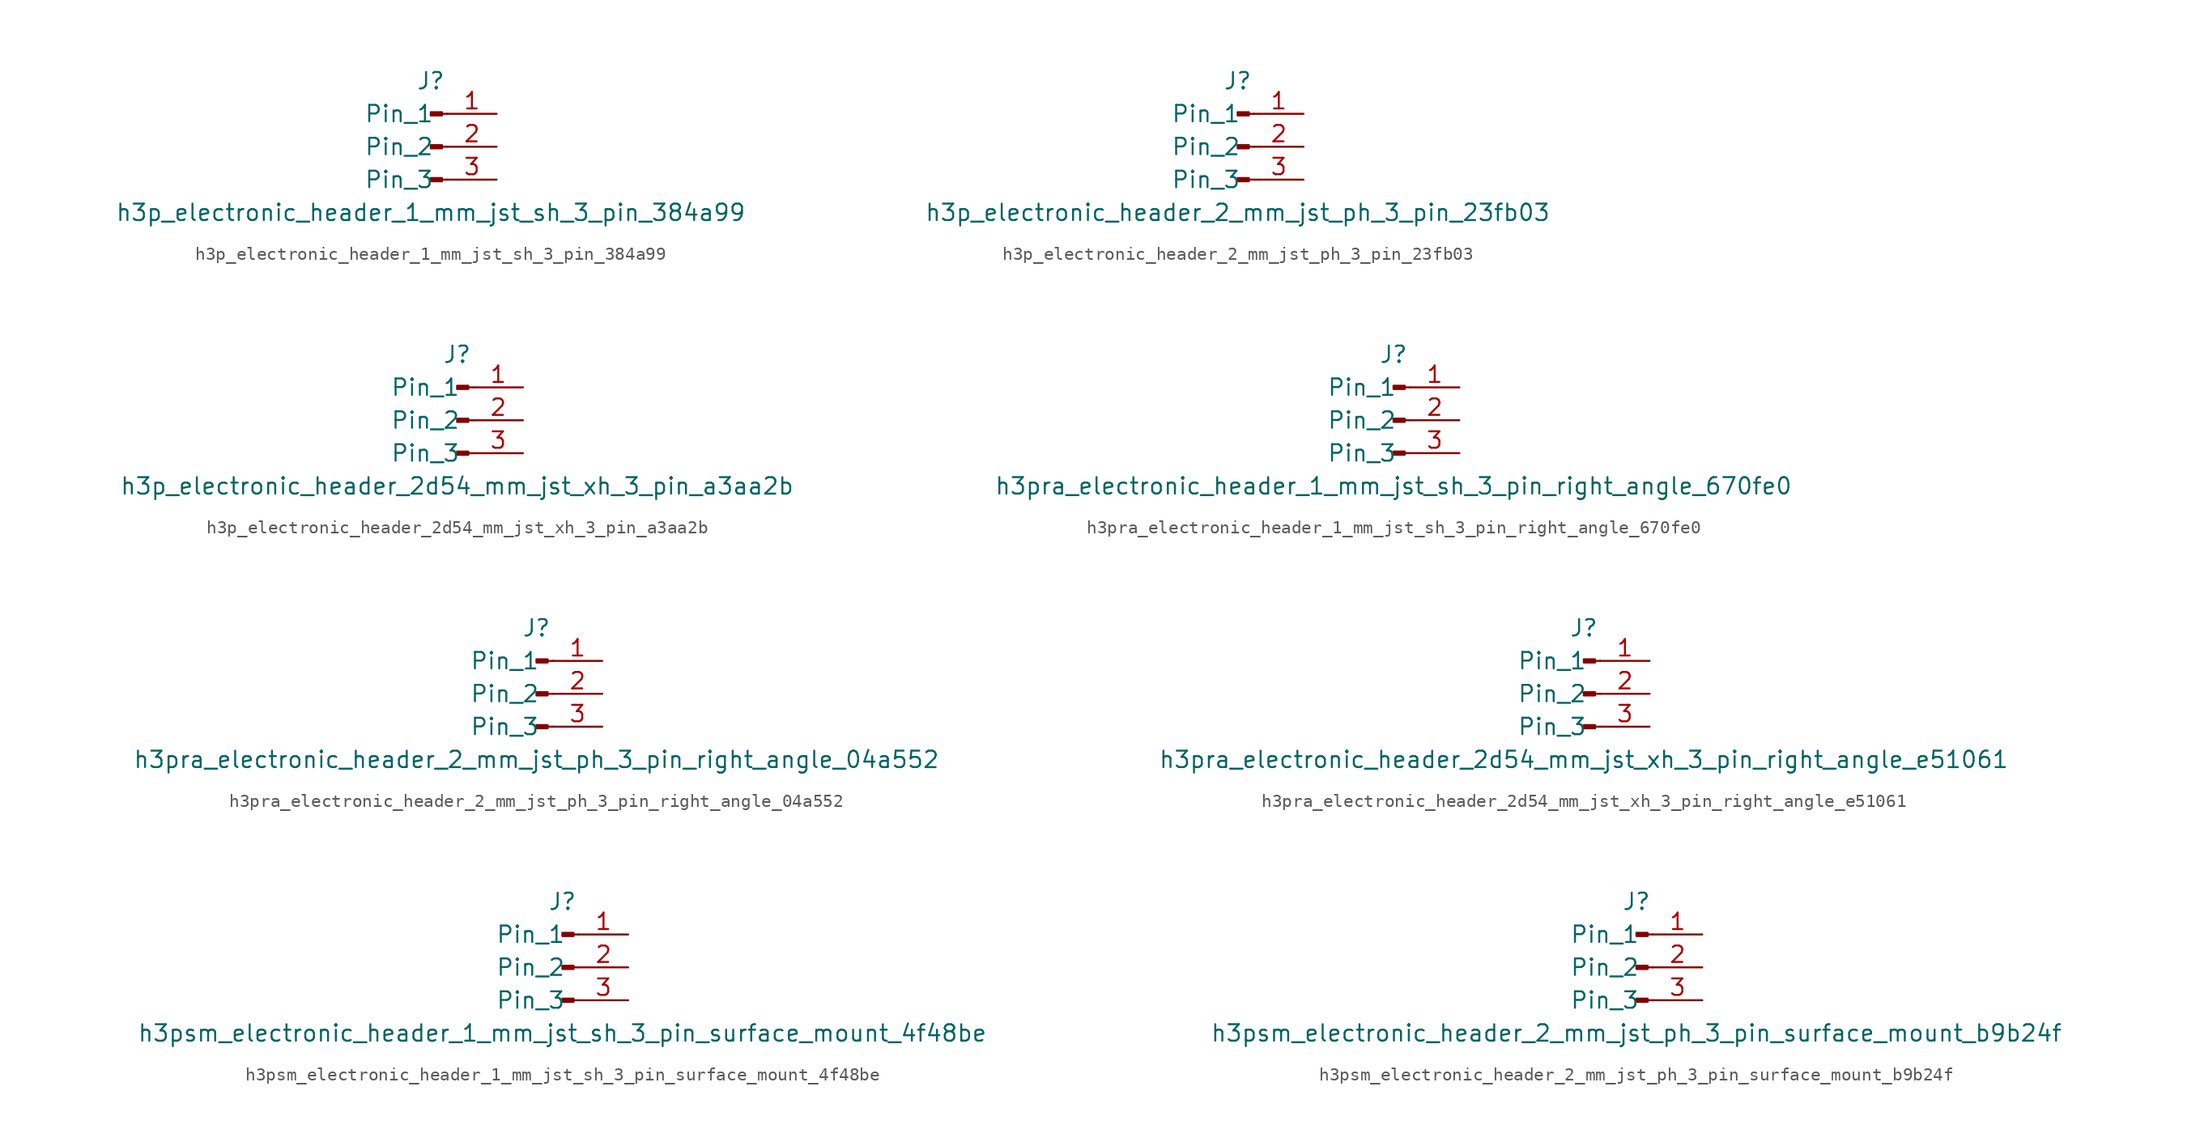
<source format=kicad_sym>
(kicad_symbol_lib
  (version 20220914)
  (generator kicad_symbol_editor)
  (symbol "h3p_electronic_header_1_mm_jst_sh_3_pin_384a99"
    (pin_names
      (offset 1.016))
    (property "Reference" "J"
      (at 0 5.08 0)
      (effects (font (size 1.27 1.27))))
    (property "Value" "h3p_electronic_header_1_mm_jst_sh_3_pin_384a99"
      (at 0 -5.08 0)
      (effects (font (size 1.27 1.27))))
    (property "ki_locked" ""
      (at 0 0 0)
      (effects (font (size 1.27 1.27))))
    (symbol "h3p_electronic_header_1_mm_jst_sh_3_pin_384a99_1_1"
      (polyline (pts (xy 1.27 -2.54) (xy 0.864 -2.54)) (stroke (width 0.152) (type default)) (fill (type none)))
      (polyline (pts (xy 1.27 0) (xy 0.864 0)) (stroke (width 0.152) (type default)) (fill (type none)))
      (polyline (pts (xy 1.27 2.54) (xy 0.864 2.54)) (stroke (width 0.152) (type default)) (fill (type none)))
      (rectangle (start 0.864 -2.413) (end 0 -2.667) (stroke (width 0.152) (type default)) (fill (type outline)))
      (rectangle (start 0.864 0.127) (end 0 -0.127) (stroke (width 0.152) (type default)) (fill (type outline)))
      (rectangle (start 0.864 2.667) (end 0 2.413) (stroke (width 0.152) (type default)) (fill (type outline)))
      (pin passive line (at 5.08 2.54 180) (length 3.81) (name "Pin_1" (effects (font (size 1.27 1.27)))) (number "1" (effects (font (size 1.27 1.27)))))
      (pin passive line (at 5.08 0 180) (length 3.81) (name "Pin_2" (effects (font (size 1.27 1.27)))) (number "2" (effects (font (size 1.27 1.27)))))
      (pin passive line (at 5.08 -2.54 180) (length 3.81) (name "Pin_3" (effects (font (size 1.27 1.27)))) (number "3" (effects (font (size 1.27 1.27)))))))
  (symbol "h3p_electronic_header_2_mm_jst_ph_3_pin_23fb03"
    (pin_names
      (offset 1.016))
    (property "Reference" "J"
      (at 0 5.08 0)
      (effects (font (size 1.27 1.27))))
    (property "Value" "h3p_electronic_header_2_mm_jst_ph_3_pin_23fb03"
      (at 0 -5.08 0)
      (effects (font (size 1.27 1.27))))
    (property "ki_locked" ""
      (at 0 0 0)
      (effects (font (size 1.27 1.27))))
    (symbol "h3p_electronic_header_2_mm_jst_ph_3_pin_23fb03_1_1"
      (polyline (pts (xy 1.27 -2.54) (xy 0.864 -2.54)) (stroke (width 0.152) (type default)) (fill (type none)))
      (polyline (pts (xy 1.27 0) (xy 0.864 0)) (stroke (width 0.152) (type default)) (fill (type none)))
      (polyline (pts (xy 1.27 2.54) (xy 0.864 2.54)) (stroke (width 0.152) (type default)) (fill (type none)))
      (rectangle (start 0.864 -2.413) (end 0 -2.667) (stroke (width 0.152) (type default)) (fill (type outline)))
      (rectangle (start 0.864 0.127) (end 0 -0.127) (stroke (width 0.152) (type default)) (fill (type outline)))
      (rectangle (start 0.864 2.667) (end 0 2.413) (stroke (width 0.152) (type default)) (fill (type outline)))
      (pin passive line (at 5.08 2.54 180) (length 3.81) (name "Pin_1" (effects (font (size 1.27 1.27)))) (number "1" (effects (font (size 1.27 1.27)))))
      (pin passive line (at 5.08 0 180) (length 3.81) (name "Pin_2" (effects (font (size 1.27 1.27)))) (number "2" (effects (font (size 1.27 1.27)))))
      (pin passive line (at 5.08 -2.54 180) (length 3.81) (name "Pin_3" (effects (font (size 1.27 1.27)))) (number "3" (effects (font (size 1.27 1.27)))))))
  (symbol "h3p_electronic_header_2d54_mm_jst_xh_3_pin_a3aa2b"
    (pin_names
      (offset 1.016))
    (property "Reference" "J"
      (at 0 5.08 0)
      (effects (font (size 1.27 1.27))))
    (property "Value" "h3p_electronic_header_2d54_mm_jst_xh_3_pin_a3aa2b"
      (at 0 -5.08 0)
      (effects (font (size 1.27 1.27))))
    (property "ki_locked" ""
      (at 0 0 0)
      (effects (font (size 1.27 1.27))))
    (symbol "h3p_electronic_header_2d54_mm_jst_xh_3_pin_a3aa2b_1_1"
      (polyline (pts (xy 1.27 -2.54) (xy 0.864 -2.54)) (stroke (width 0.152) (type default)) (fill (type none)))
      (polyline (pts (xy 1.27 0) (xy 0.864 0)) (stroke (width 0.152) (type default)) (fill (type none)))
      (polyline (pts (xy 1.27 2.54) (xy 0.864 2.54)) (stroke (width 0.152) (type default)) (fill (type none)))
      (rectangle (start 0.864 -2.413) (end 0 -2.667) (stroke (width 0.152) (type default)) (fill (type outline)))
      (rectangle (start 0.864 0.127) (end 0 -0.127) (stroke (width 0.152) (type default)) (fill (type outline)))
      (rectangle (start 0.864 2.667) (end 0 2.413) (stroke (width 0.152) (type default)) (fill (type outline)))
      (pin passive line (at 5.08 2.54 180) (length 3.81) (name "Pin_1" (effects (font (size 1.27 1.27)))) (number "1" (effects (font (size 1.27 1.27)))))
      (pin passive line (at 5.08 0 180) (length 3.81) (name "Pin_2" (effects (font (size 1.27 1.27)))) (number "2" (effects (font (size 1.27 1.27)))))
      (pin passive line (at 5.08 -2.54 180) (length 3.81) (name "Pin_3" (effects (font (size 1.27 1.27)))) (number "3" (effects (font (size 1.27 1.27)))))))
  (symbol "h3pra_electronic_header_1_mm_jst_sh_3_pin_right_angle_670fe0"
    (pin_names
      (offset 1.016))
    (property "Reference" "J"
      (at 0 5.08 0)
      (effects (font (size 1.27 1.27))))
    (property "Value" "h3pra_electronic_header_1_mm_jst_sh_3_pin_right_angle_670fe0"
      (at 0 -5.08 0)
      (effects (font (size 1.27 1.27))))
    (property "ki_locked" ""
      (at 0 0 0)
      (effects (font (size 1.27 1.27))))
    (symbol "h3pra_electronic_header_1_mm_jst_sh_3_pin_right_angle_670fe0_1_1"
      (polyline (pts (xy 1.27 -2.54) (xy 0.864 -2.54)) (stroke (width 0.152) (type default)) (fill (type none)))
      (polyline (pts (xy 1.27 0) (xy 0.864 0)) (stroke (width 0.152) (type default)) (fill (type none)))
      (polyline (pts (xy 1.27 2.54) (xy 0.864 2.54)) (stroke (width 0.152) (type default)) (fill (type none)))
      (rectangle (start 0.864 -2.413) (end 0 -2.667) (stroke (width 0.152) (type default)) (fill (type outline)))
      (rectangle (start 0.864 0.127) (end 0 -0.127) (stroke (width 0.152) (type default)) (fill (type outline)))
      (rectangle (start 0.864 2.667) (end 0 2.413) (stroke (width 0.152) (type default)) (fill (type outline)))
      (pin passive line (at 5.08 2.54 180) (length 3.81) (name "Pin_1" (effects (font (size 1.27 1.27)))) (number "1" (effects (font (size 1.27 1.27)))))
      (pin passive line (at 5.08 0 180) (length 3.81) (name "Pin_2" (effects (font (size 1.27 1.27)))) (number "2" (effects (font (size 1.27 1.27)))))
      (pin passive line (at 5.08 -2.54 180) (length 3.81) (name "Pin_3" (effects (font (size 1.27 1.27)))) (number "3" (effects (font (size 1.27 1.27)))))))
  (symbol "h3pra_electronic_header_2_mm_jst_ph_3_pin_right_angle_04a552"
    (pin_names
      (offset 1.016))
    (property "Reference" "J"
      (at 0 5.08 0)
      (effects (font (size 1.27 1.27))))
    (property "Value" "h3pra_electronic_header_2_mm_jst_ph_3_pin_right_angle_04a552"
      (at 0 -5.08 0)
      (effects (font (size 1.27 1.27))))
    (property "ki_locked" ""
      (at 0 0 0)
      (effects (font (size 1.27 1.27))))
    (symbol "h3pra_electronic_header_2_mm_jst_ph_3_pin_right_angle_04a552_1_1"
      (polyline (pts (xy 1.27 -2.54) (xy 0.864 -2.54)) (stroke (width 0.152) (type default)) (fill (type none)))
      (polyline (pts (xy 1.27 0) (xy 0.864 0)) (stroke (width 0.152) (type default)) (fill (type none)))
      (polyline (pts (xy 1.27 2.54) (xy 0.864 2.54)) (stroke (width 0.152) (type default)) (fill (type none)))
      (rectangle (start 0.864 -2.413) (end 0 -2.667) (stroke (width 0.152) (type default)) (fill (type outline)))
      (rectangle (start 0.864 0.127) (end 0 -0.127) (stroke (width 0.152) (type default)) (fill (type outline)))
      (rectangle (start 0.864 2.667) (end 0 2.413) (stroke (width 0.152) (type default)) (fill (type outline)))
      (pin passive line (at 5.08 2.54 180) (length 3.81) (name "Pin_1" (effects (font (size 1.27 1.27)))) (number "1" (effects (font (size 1.27 1.27)))))
      (pin passive line (at 5.08 0 180) (length 3.81) (name "Pin_2" (effects (font (size 1.27 1.27)))) (number "2" (effects (font (size 1.27 1.27)))))
      (pin passive line (at 5.08 -2.54 180) (length 3.81) (name "Pin_3" (effects (font (size 1.27 1.27)))) (number "3" (effects (font (size 1.27 1.27)))))))
  (symbol "h3pra_electronic_header_2d54_mm_jst_xh_3_pin_right_angle_e51061"
    (pin_names
      (offset 1.016))
    (property "Reference" "J"
      (at 0 5.08 0)
      (effects (font (size 1.27 1.27))))
    (property "Value" "h3pra_electronic_header_2d54_mm_jst_xh_3_pin_right_angle_e51061"
      (at 0 -5.08 0)
      (effects (font (size 1.27 1.27))))
    (property "ki_locked" ""
      (at 0 0 0)
      (effects (font (size 1.27 1.27))))
    (symbol "h3pra_electronic_header_2d54_mm_jst_xh_3_pin_right_angle_e51061_1_1"
      (polyline (pts (xy 1.27 -2.54) (xy 0.864 -2.54)) (stroke (width 0.152) (type default)) (fill (type none)))
      (polyline (pts (xy 1.27 0) (xy 0.864 0)) (stroke (width 0.152) (type default)) (fill (type none)))
      (polyline (pts (xy 1.27 2.54) (xy 0.864 2.54)) (stroke (width 0.152) (type default)) (fill (type none)))
      (rectangle (start 0.864 -2.413) (end 0 -2.667) (stroke (width 0.152) (type default)) (fill (type outline)))
      (rectangle (start 0.864 0.127) (end 0 -0.127) (stroke (width 0.152) (type default)) (fill (type outline)))
      (rectangle (start 0.864 2.667) (end 0 2.413) (stroke (width 0.152) (type default)) (fill (type outline)))
      (pin passive line (at 5.08 2.54 180) (length 3.81) (name "Pin_1" (effects (font (size 1.27 1.27)))) (number "1" (effects (font (size 1.27 1.27)))))
      (pin passive line (at 5.08 0 180) (length 3.81) (name "Pin_2" (effects (font (size 1.27 1.27)))) (number "2" (effects (font (size 1.27 1.27)))))
      (pin passive line (at 5.08 -2.54 180) (length 3.81) (name "Pin_3" (effects (font (size 1.27 1.27)))) (number "3" (effects (font (size 1.27 1.27)))))))
  (symbol "h3psm_electronic_header_1_mm_jst_sh_3_pin_surface_mount_4f48be"
    (pin_names
      (offset 1.016))
    (property "Reference" "J"
      (at 0 5.08 0)
      (effects (font (size 1.27 1.27))))
    (property "Value" "h3psm_electronic_header_1_mm_jst_sh_3_pin_surface_mount_4f48be"
      (at 0 -5.08 0)
      (effects (font (size 1.27 1.27))))
    (property "ki_locked" ""
      (at 0 0 0)
      (effects (font (size 1.27 1.27))))
    (symbol "h3psm_electronic_header_1_mm_jst_sh_3_pin_surface_mount_4f48be_1_1"
      (polyline (pts (xy 1.27 -2.54) (xy 0.864 -2.54)) (stroke (width 0.152) (type default)) (fill (type none)))
      (polyline (pts (xy 1.27 0) (xy 0.864 0)) (stroke (width 0.152) (type default)) (fill (type none)))
      (polyline (pts (xy 1.27 2.54) (xy 0.864 2.54)) (stroke (width 0.152) (type default)) (fill (type none)))
      (rectangle (start 0.864 -2.413) (end 0 -2.667) (stroke (width 0.152) (type default)) (fill (type outline)))
      (rectangle (start 0.864 0.127) (end 0 -0.127) (stroke (width 0.152) (type default)) (fill (type outline)))
      (rectangle (start 0.864 2.667) (end 0 2.413) (stroke (width 0.152) (type default)) (fill (type outline)))
      (pin passive line (at 5.08 2.54 180) (length 3.81) (name "Pin_1" (effects (font (size 1.27 1.27)))) (number "1" (effects (font (size 1.27 1.27)))))
      (pin passive line (at 5.08 0 180) (length 3.81) (name "Pin_2" (effects (font (size 1.27 1.27)))) (number "2" (effects (font (size 1.27 1.27)))))
      (pin passive line (at 5.08 -2.54 180) (length 3.81) (name "Pin_3" (effects (font (size 1.27 1.27)))) (number "3" (effects (font (size 1.27 1.27)))))))
  (symbol "h3psm_electronic_header_2_mm_jst_ph_3_pin_surface_mount_b9b24f"
    (pin_names
      (offset 1.016))
    (property "Reference" "J"
      (at 0 5.08 0)
      (effects (font (size 1.27 1.27))))
    (property "Value" "h3psm_electronic_header_2_mm_jst_ph_3_pin_surface_mount_b9b24f"
      (at 0 -5.08 0)
      (effects (font (size 1.27 1.27))))
    (property "ki_locked" ""
      (at 0 0 0)
      (effects (font (size 1.27 1.27))))
    (symbol "h3psm_electronic_header_2_mm_jst_ph_3_pin_surface_mount_b9b24f_1_1"
      (polyline (pts (xy 1.27 -2.54) (xy 0.864 -2.54)) (stroke (width 0.152) (type default)) (fill (type none)))
      (polyline (pts (xy 1.27 0) (xy 0.864 0)) (stroke (width 0.152) (type default)) (fill (type none)))
      (polyline (pts (xy 1.27 2.54) (xy 0.864 2.54)) (stroke (width 0.152) (type default)) (fill (type none)))
      (rectangle (start 0.864 -2.413) (end 0 -2.667) (stroke (width 0.152) (type default)) (fill (type outline)))
      (rectangle (start 0.864 0.127) (end 0 -0.127) (stroke (width 0.152) (type default)) (fill (type outline)))
      (rectangle (start 0.864 2.667) (end 0 2.413) (stroke (width 0.152) (type default)) (fill (type outline)))
      (pin passive line (at 5.08 2.54 180) (length 3.81) (name "Pin_1" (effects (font (size 1.27 1.27)))) (number "1" (effects (font (size 1.27 1.27)))))
      (pin passive line (at 5.08 0 180) (length 3.81) (name "Pin_2" (effects (font (size 1.27 1.27)))) (number "2" (effects (font (size 1.27 1.27)))))
      (pin passive line (at 5.08 -2.54 180) (length 3.81) (name "Pin_3" (effects (font (size 1.27 1.27)))) (number "3" (effects (font (size 1.27 1.27))))))))
</source>
